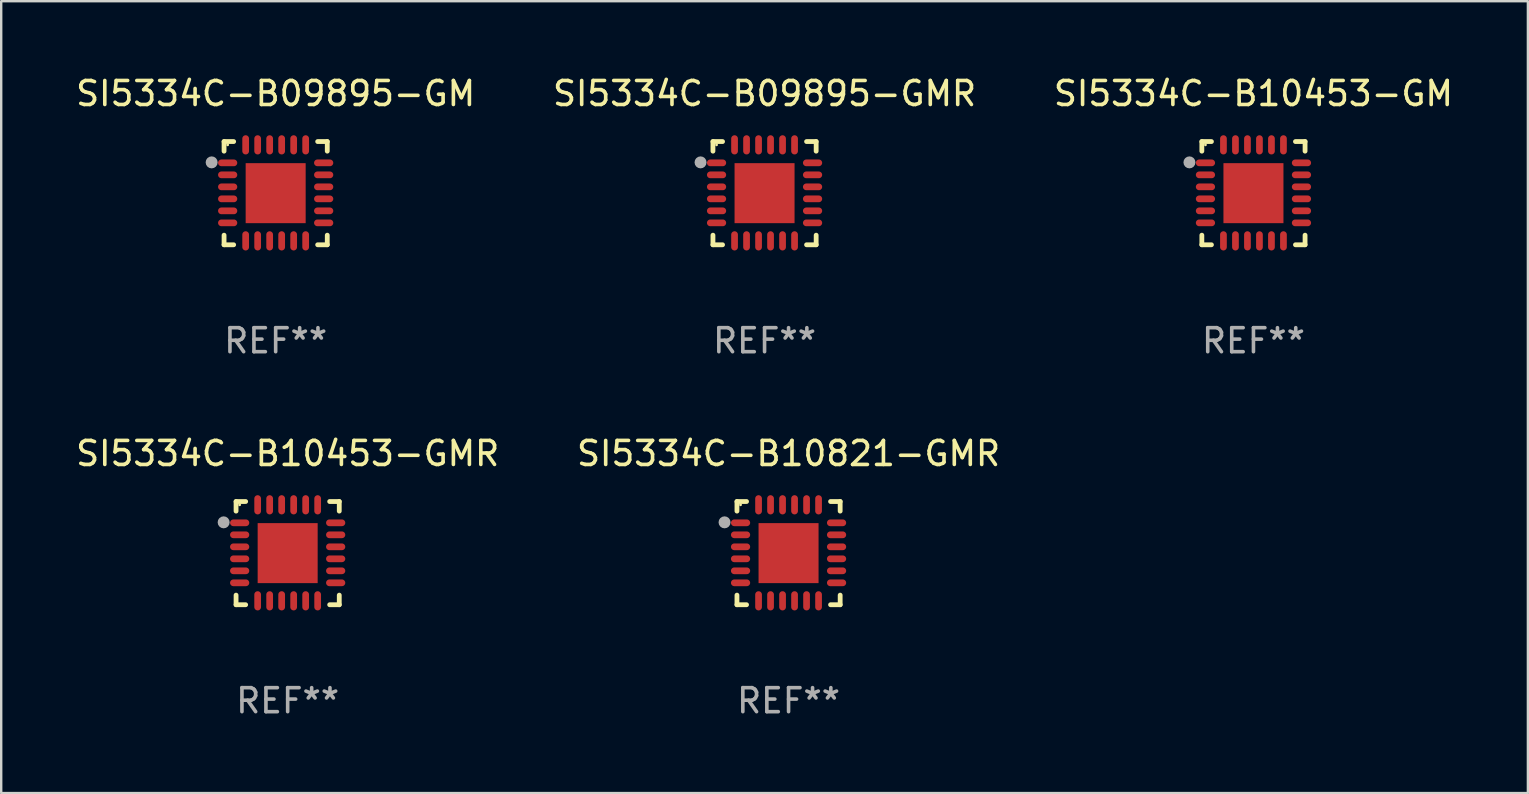
<source format=kicad_pcb>
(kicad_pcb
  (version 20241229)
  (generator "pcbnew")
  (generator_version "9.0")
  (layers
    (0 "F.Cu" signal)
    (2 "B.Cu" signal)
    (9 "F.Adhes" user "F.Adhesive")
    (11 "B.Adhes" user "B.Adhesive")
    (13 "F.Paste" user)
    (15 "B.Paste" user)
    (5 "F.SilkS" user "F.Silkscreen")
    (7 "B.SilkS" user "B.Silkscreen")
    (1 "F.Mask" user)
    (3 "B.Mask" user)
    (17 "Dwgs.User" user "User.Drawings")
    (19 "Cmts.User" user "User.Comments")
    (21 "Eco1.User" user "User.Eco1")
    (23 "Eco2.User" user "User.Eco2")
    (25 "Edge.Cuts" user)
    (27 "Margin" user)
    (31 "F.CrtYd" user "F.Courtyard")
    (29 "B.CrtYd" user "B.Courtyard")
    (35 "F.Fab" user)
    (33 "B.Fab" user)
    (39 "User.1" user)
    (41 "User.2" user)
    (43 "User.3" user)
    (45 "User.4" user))
  (footprint "SI5334C-B09895-GM"
    (layer "F.Cu")
    (at 8.435 4.998)
    (property "Reference" "SI5334C-B09895-GM" (at 0 -4.15 0) (layer "F.SilkS") (effects (font (size 1 1) (thickness 0.15))))
    (attr through_hole)
    (fp_line (start -2.15 -2.15) (end -1.75 -2.15) (stroke (width 0.2) (type solid)) (layer "F.SilkS"))
    (fp_line (start -2.15 -1.75) (end -2.15 -2.15) (stroke (width 0.2) (type solid)) (layer "F.SilkS"))
    (fp_line (start -2.15 2.15) (end -2.15 1.75) (stroke (width 0.2) (type solid)) (layer "F.SilkS"))
    (fp_line (start -1.75 2.15) (end -2.15 2.15) (stroke (width 0.2) (type solid)) (layer "F.SilkS"))
    (fp_line (start 1.75 -2.15) (end 2.15 -2.15) (stroke (width 0.2) (type solid)) (layer "F.SilkS"))
    (fp_line (start 1.75 2.15) (end 2.15 2.15) (stroke (width 0.2) (type solid)) (layer "F.SilkS"))
    (fp_line (start 2.15 -2.15) (end 2.15 -1.75) (stroke (width 0.2) (type solid)) (layer "F.SilkS"))
    (fp_line (start 2.15 2.15) (end 2.15 1.75) (stroke (width 0.2) (type solid)) (layer "F.SilkS"))
    (fp_circle (center -2 -2.013) (end -1.97 -2.013) (stroke (width 0.06) (type solid)) (fill no) (layer "F.SilkS"))
    (fp_circle (center -2.667 -1.283) (end -2.542 -1.283) (stroke (width 0.25) (type solid)) (fill no) (layer "F.Fab"))
    (fp_text user "REF**" (at 0 6.15 0) (layer "F.Fab") (effects (font (size 1 1) (thickness 0.15))))
    (pad "1" smd oval (at -2 -1.263) (size 0.8 0.28) (layers "F.Cu" "F.Mask" "F.Paste"))
    (pad "2" smd oval (at -2 -0.763) (size 0.8 0.28) (layers "F.Cu" "F.Mask" "F.Paste"))
    (pad "3" smd oval (at -2 -0.263) (size 0.8 0.28) (layers "F.Cu" "F.Mask" "F.Paste"))
    (pad "4" smd oval (at -2 0.237) (size 0.8 0.28) (layers "F.Cu" "F.Mask" "F.Paste"))
    (pad "5" smd oval (at -2 0.737) (size 0.8 0.28) (layers "F.Cu" "F.Mask" "F.Paste"))
    (pad "6" smd oval (at -2 1.237) (size 0.8 0.28) (layers "F.Cu" "F.Mask" "F.Paste"))
    (pad "7" smd oval (at -1.25 1.987) (size 0.28 0.8) (layers "F.Cu" "F.Mask" "F.Paste"))
    (pad "8" smd oval (at -0.75 1.987) (size 0.28 0.8) (layers "F.Cu" "F.Mask" "F.Paste"))
    (pad "9" smd oval (at -0.25 1.987) (size 0.28 0.8) (layers "F.Cu" "F.Mask" "F.Paste"))
    (pad "10" smd oval (at 0.25 1.987) (size 0.28 0.8) (layers "F.Cu" "F.Mask" "F.Paste"))
    (pad "11" smd oval (at 0.75 1.987) (size 0.28 0.8) (layers "F.Cu" "F.Mask" "F.Paste"))
    (pad "12" smd oval (at 1.25 1.987) (size 0.28 0.8) (layers "F.Cu" "F.Mask" "F.Paste"))
    (pad "13" smd oval (at 2 1.237) (size 0.8 0.28) (layers "F.Cu" "F.Mask" "F.Paste"))
    (pad "14" smd oval (at 2 0.737) (size 0.8 0.28) (layers "F.Cu" "F.Mask" "F.Paste"))
    (pad "15" smd oval (at 2 0.237) (size 0.8 0.28) (layers "F.Cu" "F.Mask" "F.Paste"))
    (pad "16" smd oval (at 2 -0.263) (size 0.8 0.28) (layers "F.Cu" "F.Mask" "F.Paste"))
    (pad "17" smd oval (at 2 -0.763) (size 0.8 0.28) (layers "F.Cu" "F.Mask" "F.Paste"))
    (pad "18" smd oval (at 2 -1.263) (size 0.8 0.28) (layers "F.Cu" "F.Mask" "F.Paste"))
    (pad "19" smd oval (at 1.25 -2.013) (size 0.28 0.8) (layers "F.Cu" "F.Mask" "F.Paste"))
    (pad "20" smd oval (at 0.75 -2.013) (size 0.28 0.8) (layers "F.Cu" "F.Mask" "F.Paste"))
    (pad "21" smd oval (at 0.25 -2.013) (size 0.28 0.8) (layers "F.Cu" "F.Mask" "F.Paste"))
    (pad "22" smd oval (at -0.25 -2.013) (size 0.28 0.8) (layers "F.Cu" "F.Mask" "F.Paste"))
    (pad "23" smd oval (at -0.75 -2.013) (size 0.28 0.8) (layers "F.Cu" "F.Mask" "F.Paste"))
    (pad "24" smd oval (at -1.25 -2.013) (size 0.28 0.8) (layers "F.Cu" "F.Mask" "F.Paste"))
    (pad "25" smd rect (at -0.000127 -0.00014) (size 2.5 2.5) (layers "F.Cu" "F.Mask" "F.Paste")))
  (footprint "SI5334C-B10821-GMR"
    (layer "F.Cu")
    (at 29.804 19.995)
    (property "Reference" "SI5334C-B10821-GMR" (at 0 -4.15 0) (layer "F.SilkS") (effects (font (size 1 1) (thickness 0.15))))
    (attr through_hole)
    (fp_line (start -2.15 -2.15) (end -1.75 -2.15) (stroke (width 0.2) (type solid)) (layer "F.SilkS"))
    (fp_line (start -2.15 -1.75) (end -2.15 -2.15) (stroke (width 0.2) (type solid)) (layer "F.SilkS"))
    (fp_line (start -2.15 2.15) (end -2.15 1.75) (stroke (width 0.2) (type solid)) (layer "F.SilkS"))
    (fp_line (start -1.75 2.15) (end -2.15 2.15) (stroke (width 0.2) (type solid)) (layer "F.SilkS"))
    (fp_line (start 1.75 -2.15) (end 2.15 -2.15) (stroke (width 0.2) (type solid)) (layer "F.SilkS"))
    (fp_line (start 1.75 2.15) (end 2.15 2.15) (stroke (width 0.2) (type solid)) (layer "F.SilkS"))
    (fp_line (start 2.15 -2.15) (end 2.15 -1.75) (stroke (width 0.2) (type solid)) (layer "F.SilkS"))
    (fp_line (start 2.15 2.15) (end 2.15 1.75) (stroke (width 0.2) (type solid)) (layer "F.SilkS"))
    (fp_circle (center -2 -2.013) (end -1.97 -2.013) (stroke (width 0.06) (type solid)) (fill no) (layer "F.SilkS"))
    (fp_circle (center -2.667 -1.283) (end -2.542 -1.283) (stroke (width 0.25) (type solid)) (fill no) (layer "F.Fab"))
    (fp_text user "REF**" (at 0 6.15 0) (layer "F.Fab") (effects (font (size 1 1) (thickness 0.15))))
    (pad "1" smd oval (at -2 -1.263) (size 0.8 0.28) (layers "F.Cu" "F.Mask" "F.Paste"))
    (pad "2" smd oval (at -2 -0.763) (size 0.8 0.28) (layers "F.Cu" "F.Mask" "F.Paste"))
    (pad "3" smd oval (at -2 -0.263) (size 0.8 0.28) (layers "F.Cu" "F.Mask" "F.Paste"))
    (pad "4" smd oval (at -2 0.237) (size 0.8 0.28) (layers "F.Cu" "F.Mask" "F.Paste"))
    (pad "5" smd oval (at -2 0.737) (size 0.8 0.28) (layers "F.Cu" "F.Mask" "F.Paste"))
    (pad "6" smd oval (at -2 1.237) (size 0.8 0.28) (layers "F.Cu" "F.Mask" "F.Paste"))
    (pad "7" smd oval (at -1.25 1.987) (size 0.28 0.8) (layers "F.Cu" "F.Mask" "F.Paste"))
    (pad "8" smd oval (at -0.75 1.987) (size 0.28 0.8) (layers "F.Cu" "F.Mask" "F.Paste"))
    (pad "9" smd oval (at -0.25 1.987) (size 0.28 0.8) (layers "F.Cu" "F.Mask" "F.Paste"))
    (pad "10" smd oval (at 0.25 1.987) (size 0.28 0.8) (layers "F.Cu" "F.Mask" "F.Paste"))
    (pad "11" smd oval (at 0.75 1.987) (size 0.28 0.8) (layers "F.Cu" "F.Mask" "F.Paste"))
    (pad "12" smd oval (at 1.25 1.987) (size 0.28 0.8) (layers "F.Cu" "F.Mask" "F.Paste"))
    (pad "13" smd oval (at 2 1.237) (size 0.8 0.28) (layers "F.Cu" "F.Mask" "F.Paste"))
    (pad "14" smd oval (at 2 0.737) (size 0.8 0.28) (layers "F.Cu" "F.Mask" "F.Paste"))
    (pad "15" smd oval (at 2 0.237) (size 0.8 0.28) (layers "F.Cu" "F.Mask" "F.Paste"))
    (pad "16" smd oval (at 2 -0.263) (size 0.8 0.28) (layers "F.Cu" "F.Mask" "F.Paste"))
    (pad "17" smd oval (at 2 -0.763) (size 0.8 0.28) (layers "F.Cu" "F.Mask" "F.Paste"))
    (pad "18" smd oval (at 2 -1.263) (size 0.8 0.28) (layers "F.Cu" "F.Mask" "F.Paste"))
    (pad "19" smd oval (at 1.25 -2.013) (size 0.28 0.8) (layers "F.Cu" "F.Mask" "F.Paste"))
    (pad "20" smd oval (at 0.75 -2.013) (size 0.28 0.8) (layers "F.Cu" "F.Mask" "F.Paste"))
    (pad "21" smd oval (at 0.25 -2.013) (size 0.28 0.8) (layers "F.Cu" "F.Mask" "F.Paste"))
    (pad "22" smd oval (at -0.25 -2.013) (size 0.28 0.8) (layers "F.Cu" "F.Mask" "F.Paste"))
    (pad "23" smd oval (at -0.75 -2.013) (size 0.28 0.8) (layers "F.Cu" "F.Mask" "F.Paste"))
    (pad "24" smd oval (at -1.25 -2.013) (size 0.28 0.8) (layers "F.Cu" "F.Mask" "F.Paste"))
    (pad "25" smd rect (at -0.000127 -0.00014) (size 2.5 2.5) (layers "F.Cu" "F.Mask" "F.Paste")))
  (footprint "SI5334C-B10453-GMR"
    (layer "F.Cu")
    (at 8.935 19.995)
    (property "Reference" "SI5334C-B10453-GMR" (at 0 -4.15 0) (layer "F.SilkS") (effects (font (size 1 1) (thickness 0.15))))
    (attr through_hole)
    (fp_line (start -2.15 -2.15) (end -1.75 -2.15) (stroke (width 0.2) (type solid)) (layer "F.SilkS"))
    (fp_line (start -2.15 -1.75) (end -2.15 -2.15) (stroke (width 0.2) (type solid)) (layer "F.SilkS"))
    (fp_line (start -2.15 2.15) (end -2.15 1.75) (stroke (width 0.2) (type solid)) (layer "F.SilkS"))
    (fp_line (start -1.75 2.15) (end -2.15 2.15) (stroke (width 0.2) (type solid)) (layer "F.SilkS"))
    (fp_line (start 1.75 -2.15) (end 2.15 -2.15) (stroke (width 0.2) (type solid)) (layer "F.SilkS"))
    (fp_line (start 1.75 2.15) (end 2.15 2.15) (stroke (width 0.2) (type solid)) (layer "F.SilkS"))
    (fp_line (start 2.15 -2.15) (end 2.15 -1.75) (stroke (width 0.2) (type solid)) (layer "F.SilkS"))
    (fp_line (start 2.15 2.15) (end 2.15 1.75) (stroke (width 0.2) (type solid)) (layer "F.SilkS"))
    (fp_circle (center -2 -2.013) (end -1.97 -2.013) (stroke (width 0.06) (type solid)) (fill no) (layer "F.SilkS"))
    (fp_circle (center -2.667 -1.283) (end -2.542 -1.283) (stroke (width 0.25) (type solid)) (fill no) (layer "F.Fab"))
    (fp_text user "REF**" (at 0 6.15 0) (layer "F.Fab") (effects (font (size 1 1) (thickness 0.15))))
    (pad "1" smd oval (at -2 -1.263) (size 0.8 0.28) (layers "F.Cu" "F.Mask" "F.Paste"))
    (pad "2" smd oval (at -2 -0.763) (size 0.8 0.28) (layers "F.Cu" "F.Mask" "F.Paste"))
    (pad "3" smd oval (at -2 -0.263) (size 0.8 0.28) (layers "F.Cu" "F.Mask" "F.Paste"))
    (pad "4" smd oval (at -2 0.237) (size 0.8 0.28) (layers "F.Cu" "F.Mask" "F.Paste"))
    (pad "5" smd oval (at -2 0.737) (size 0.8 0.28) (layers "F.Cu" "F.Mask" "F.Paste"))
    (pad "6" smd oval (at -2 1.237) (size 0.8 0.28) (layers "F.Cu" "F.Mask" "F.Paste"))
    (pad "7" smd oval (at -1.25 1.987) (size 0.28 0.8) (layers "F.Cu" "F.Mask" "F.Paste"))
    (pad "8" smd oval (at -0.75 1.987) (size 0.28 0.8) (layers "F.Cu" "F.Mask" "F.Paste"))
    (pad "9" smd oval (at -0.25 1.987) (size 0.28 0.8) (layers "F.Cu" "F.Mask" "F.Paste"))
    (pad "10" smd oval (at 0.25 1.987) (size 0.28 0.8) (layers "F.Cu" "F.Mask" "F.Paste"))
    (pad "11" smd oval (at 0.75 1.987) (size 0.28 0.8) (layers "F.Cu" "F.Mask" "F.Paste"))
    (pad "12" smd oval (at 1.25 1.987) (size 0.28 0.8) (layers "F.Cu" "F.Mask" "F.Paste"))
    (pad "13" smd oval (at 2 1.237) (size 0.8 0.28) (layers "F.Cu" "F.Mask" "F.Paste"))
    (pad "14" smd oval (at 2 0.737) (size 0.8 0.28) (layers "F.Cu" "F.Mask" "F.Paste"))
    (pad "15" smd oval (at 2 0.237) (size 0.8 0.28) (layers "F.Cu" "F.Mask" "F.Paste"))
    (pad "16" smd oval (at 2 -0.263) (size 0.8 0.28) (layers "F.Cu" "F.Mask" "F.Paste"))
    (pad "17" smd oval (at 2 -0.763) (size 0.8 0.28) (layers "F.Cu" "F.Mask" "F.Paste"))
    (pad "18" smd oval (at 2 -1.263) (size 0.8 0.28) (layers "F.Cu" "F.Mask" "F.Paste"))
    (pad "19" smd oval (at 1.25 -2.013) (size 0.28 0.8) (layers "F.Cu" "F.Mask" "F.Paste"))
    (pad "20" smd oval (at 0.75 -2.013) (size 0.28 0.8) (layers "F.Cu" "F.Mask" "F.Paste"))
    (pad "21" smd oval (at 0.25 -2.013) (size 0.28 0.8) (layers "F.Cu" "F.Mask" "F.Paste"))
    (pad "22" smd oval (at -0.25 -2.013) (size 0.28 0.8) (layers "F.Cu" "F.Mask" "F.Paste"))
    (pad "23" smd oval (at -0.75 -2.013) (size 0.28 0.8) (layers "F.Cu" "F.Mask" "F.Paste"))
    (pad "24" smd oval (at -1.25 -2.013) (size 0.28 0.8) (layers "F.Cu" "F.Mask" "F.Paste"))
    (pad "25" smd rect (at -0.000127 -0.00014) (size 2.5 2.5) (layers "F.Cu" "F.Mask" "F.Paste")))
  (footprint "SI5334C-B09895-GMR"
    (layer "F.Cu")
    (at 28.804 4.998)
    (property "Reference" "SI5334C-B09895-GMR" (at 0 -4.15 0) (layer "F.SilkS") (effects (font (size 1 1) (thickness 0.15))))
    (attr through_hole)
    (fp_line (start -2.15 -2.15) (end -1.75 -2.15) (stroke (width 0.2) (type solid)) (layer "F.SilkS"))
    (fp_line (start -2.15 -1.75) (end -2.15 -2.15) (stroke (width 0.2) (type solid)) (layer "F.SilkS"))
    (fp_line (start -2.15 2.15) (end -2.15 1.75) (stroke (width 0.2) (type solid)) (layer "F.SilkS"))
    (fp_line (start -1.75 2.15) (end -2.15 2.15) (stroke (width 0.2) (type solid)) (layer "F.SilkS"))
    (fp_line (start 1.75 -2.15) (end 2.15 -2.15) (stroke (width 0.2) (type solid)) (layer "F.SilkS"))
    (fp_line (start 1.75 2.15) (end 2.15 2.15) (stroke (width 0.2) (type solid)) (layer "F.SilkS"))
    (fp_line (start 2.15 -2.15) (end 2.15 -1.75) (stroke (width 0.2) (type solid)) (layer "F.SilkS"))
    (fp_line (start 2.15 2.15) (end 2.15 1.75) (stroke (width 0.2) (type solid)) (layer "F.SilkS"))
    (fp_circle (center -2 -2.013) (end -1.97 -2.013) (stroke (width 0.06) (type solid)) (fill no) (layer "F.SilkS"))
    (fp_circle (center -2.667 -1.283) (end -2.542 -1.283) (stroke (width 0.25) (type solid)) (fill no) (layer "F.Fab"))
    (fp_text user "REF**" (at 0 6.15 0) (layer "F.Fab") (effects (font (size 1 1) (thickness 0.15))))
    (pad "1" smd oval (at -2 -1.263) (size 0.8 0.28) (layers "F.Cu" "F.Mask" "F.Paste"))
    (pad "2" smd oval (at -2 -0.763) (size 0.8 0.28) (layers "F.Cu" "F.Mask" "F.Paste"))
    (pad "3" smd oval (at -2 -0.263) (size 0.8 0.28) (layers "F.Cu" "F.Mask" "F.Paste"))
    (pad "4" smd oval (at -2 0.237) (size 0.8 0.28) (layers "F.Cu" "F.Mask" "F.Paste"))
    (pad "5" smd oval (at -2 0.737) (size 0.8 0.28) (layers "F.Cu" "F.Mask" "F.Paste"))
    (pad "6" smd oval (at -2 1.237) (size 0.8 0.28) (layers "F.Cu" "F.Mask" "F.Paste"))
    (pad "7" smd oval (at -1.25 1.987) (size 0.28 0.8) (layers "F.Cu" "F.Mask" "F.Paste"))
    (pad "8" smd oval (at -0.75 1.987) (size 0.28 0.8) (layers "F.Cu" "F.Mask" "F.Paste"))
    (pad "9" smd oval (at -0.25 1.987) (size 0.28 0.8) (layers "F.Cu" "F.Mask" "F.Paste"))
    (pad "10" smd oval (at 0.25 1.987) (size 0.28 0.8) (layers "F.Cu" "F.Mask" "F.Paste"))
    (pad "11" smd oval (at 0.75 1.987) (size 0.28 0.8) (layers "F.Cu" "F.Mask" "F.Paste"))
    (pad "12" smd oval (at 1.25 1.987) (size 0.28 0.8) (layers "F.Cu" "F.Mask" "F.Paste"))
    (pad "13" smd oval (at 2 1.237) (size 0.8 0.28) (layers "F.Cu" "F.Mask" "F.Paste"))
    (pad "14" smd oval (at 2 0.737) (size 0.8 0.28) (layers "F.Cu" "F.Mask" "F.Paste"))
    (pad "15" smd oval (at 2 0.237) (size 0.8 0.28) (layers "F.Cu" "F.Mask" "F.Paste"))
    (pad "16" smd oval (at 2 -0.263) (size 0.8 0.28) (layers "F.Cu" "F.Mask" "F.Paste"))
    (pad "17" smd oval (at 2 -0.763) (size 0.8 0.28) (layers "F.Cu" "F.Mask" "F.Paste"))
    (pad "18" smd oval (at 2 -1.263) (size 0.8 0.28) (layers "F.Cu" "F.Mask" "F.Paste"))
    (pad "19" smd oval (at 1.25 -2.013) (size 0.28 0.8) (layers "F.Cu" "F.Mask" "F.Paste"))
    (pad "20" smd oval (at 0.75 -2.013) (size 0.28 0.8) (layers "F.Cu" "F.Mask" "F.Paste"))
    (pad "21" smd oval (at 0.25 -2.013) (size 0.28 0.8) (layers "F.Cu" "F.Mask" "F.Paste"))
    (pad "22" smd oval (at -0.25 -2.013) (size 0.28 0.8) (layers "F.Cu" "F.Mask" "F.Paste"))
    (pad "23" smd oval (at -0.75 -2.013) (size 0.28 0.8) (layers "F.Cu" "F.Mask" "F.Paste"))
    (pad "24" smd oval (at -1.25 -2.013) (size 0.28 0.8) (layers "F.Cu" "F.Mask" "F.Paste"))
    (pad "25" smd rect (at -0.000127 -0.00014) (size 2.5 2.5) (layers "F.Cu" "F.Mask" "F.Paste")))
  (footprint "SI5334C-B10453-GM"
    (layer "F.Cu")
    (at 49.173 4.998)
    (property "Reference" "SI5334C-B10453-GM" (at 0 -4.15 0) (layer "F.SilkS") (effects (font (size 1 1) (thickness 0.15))))
    (attr through_hole)
    (fp_line (start -2.15 -2.15) (end -1.75 -2.15) (stroke (width 0.2) (type solid)) (layer "F.SilkS"))
    (fp_line (start -2.15 -1.75) (end -2.15 -2.15) (stroke (width 0.2) (type solid)) (layer "F.SilkS"))
    (fp_line (start -2.15 2.15) (end -2.15 1.75) (stroke (width 0.2) (type solid)) (layer "F.SilkS"))
    (fp_line (start -1.75 2.15) (end -2.15 2.15) (stroke (width 0.2) (type solid)) (layer "F.SilkS"))
    (fp_line (start 1.75 -2.15) (end 2.15 -2.15) (stroke (width 0.2) (type solid)) (layer "F.SilkS"))
    (fp_line (start 1.75 2.15) (end 2.15 2.15) (stroke (width 0.2) (type solid)) (layer "F.SilkS"))
    (fp_line (start 2.15 -2.15) (end 2.15 -1.75) (stroke (width 0.2) (type solid)) (layer "F.SilkS"))
    (fp_line (start 2.15 2.15) (end 2.15 1.75) (stroke (width 0.2) (type solid)) (layer "F.SilkS"))
    (fp_circle (center -2 -2.013) (end -1.97 -2.013) (stroke (width 0.06) (type solid)) (fill no) (layer "F.SilkS"))
    (fp_circle (center -2.667 -1.283) (end -2.542 -1.283) (stroke (width 0.25) (type solid)) (fill no) (layer "F.Fab"))
    (fp_text user "REF**" (at 0 6.15 0) (layer "F.Fab") (effects (font (size 1 1) (thickness 0.15))))
    (pad "1" smd oval (at -2 -1.263) (size 0.8 0.28) (layers "F.Cu" "F.Mask" "F.Paste"))
    (pad "2" smd oval (at -2 -0.763) (size 0.8 0.28) (layers "F.Cu" "F.Mask" "F.Paste"))
    (pad "3" smd oval (at -2 -0.263) (size 0.8 0.28) (layers "F.Cu" "F.Mask" "F.Paste"))
    (pad "4" smd oval (at -2 0.237) (size 0.8 0.28) (layers "F.Cu" "F.Mask" "F.Paste"))
    (pad "5" smd oval (at -2 0.737) (size 0.8 0.28) (layers "F.Cu" "F.Mask" "F.Paste"))
    (pad "6" smd oval (at -2 1.237) (size 0.8 0.28) (layers "F.Cu" "F.Mask" "F.Paste"))
    (pad "7" smd oval (at -1.25 1.987) (size 0.28 0.8) (layers "F.Cu" "F.Mask" "F.Paste"))
    (pad "8" smd oval (at -0.75 1.987) (size 0.28 0.8) (layers "F.Cu" "F.Mask" "F.Paste"))
    (pad "9" smd oval (at -0.25 1.987) (size 0.28 0.8) (layers "F.Cu" "F.Mask" "F.Paste"))
    (pad "10" smd oval (at 0.25 1.987) (size 0.28 0.8) (layers "F.Cu" "F.Mask" "F.Paste"))
    (pad "11" smd oval (at 0.75 1.987) (size 0.28 0.8) (layers "F.Cu" "F.Mask" "F.Paste"))
    (pad "12" smd oval (at 1.25 1.987) (size 0.28 0.8) (layers "F.Cu" "F.Mask" "F.Paste"))
    (pad "13" smd oval (at 2 1.237) (size 0.8 0.28) (layers "F.Cu" "F.Mask" "F.Paste"))
    (pad "14" smd oval (at 2 0.737) (size 0.8 0.28) (layers "F.Cu" "F.Mask" "F.Paste"))
    (pad "15" smd oval (at 2 0.237) (size 0.8 0.28) (layers "F.Cu" "F.Mask" "F.Paste"))
    (pad "16" smd oval (at 2 -0.263) (size 0.8 0.28) (layers "F.Cu" "F.Mask" "F.Paste"))
    (pad "17" smd oval (at 2 -0.763) (size 0.8 0.28) (layers "F.Cu" "F.Mask" "F.Paste"))
    (pad "18" smd oval (at 2 -1.263) (size 0.8 0.28) (layers "F.Cu" "F.Mask" "F.Paste"))
    (pad "19" smd oval (at 1.25 -2.013) (size 0.28 0.8) (layers "F.Cu" "F.Mask" "F.Paste"))
    (pad "20" smd oval (at 0.75 -2.013) (size 0.28 0.8) (layers "F.Cu" "F.Mask" "F.Paste"))
    (pad "21" smd oval (at 0.25 -2.013) (size 0.28 0.8) (layers "F.Cu" "F.Mask" "F.Paste"))
    (pad "22" smd oval (at -0.25 -2.013) (size 0.28 0.8) (layers "F.Cu" "F.Mask" "F.Paste"))
    (pad "23" smd oval (at -0.75 -2.013) (size 0.28 0.8) (layers "F.Cu" "F.Mask" "F.Paste"))
    (pad "24" smd oval (at -1.25 -2.013) (size 0.28 0.8) (layers "F.Cu" "F.Mask" "F.Paste"))
    (pad "25" smd rect (at -0.000127 -0.00014) (size 2.5 2.5) (layers "F.Cu" "F.Mask" "F.Paste")))
  (gr_rect
    (start -3 -3)
    (end 60.607 29.993)
    (stroke (width 0.1) (type default))
    (fill no)
    (layer "Edge.Cuts")))
</source>
